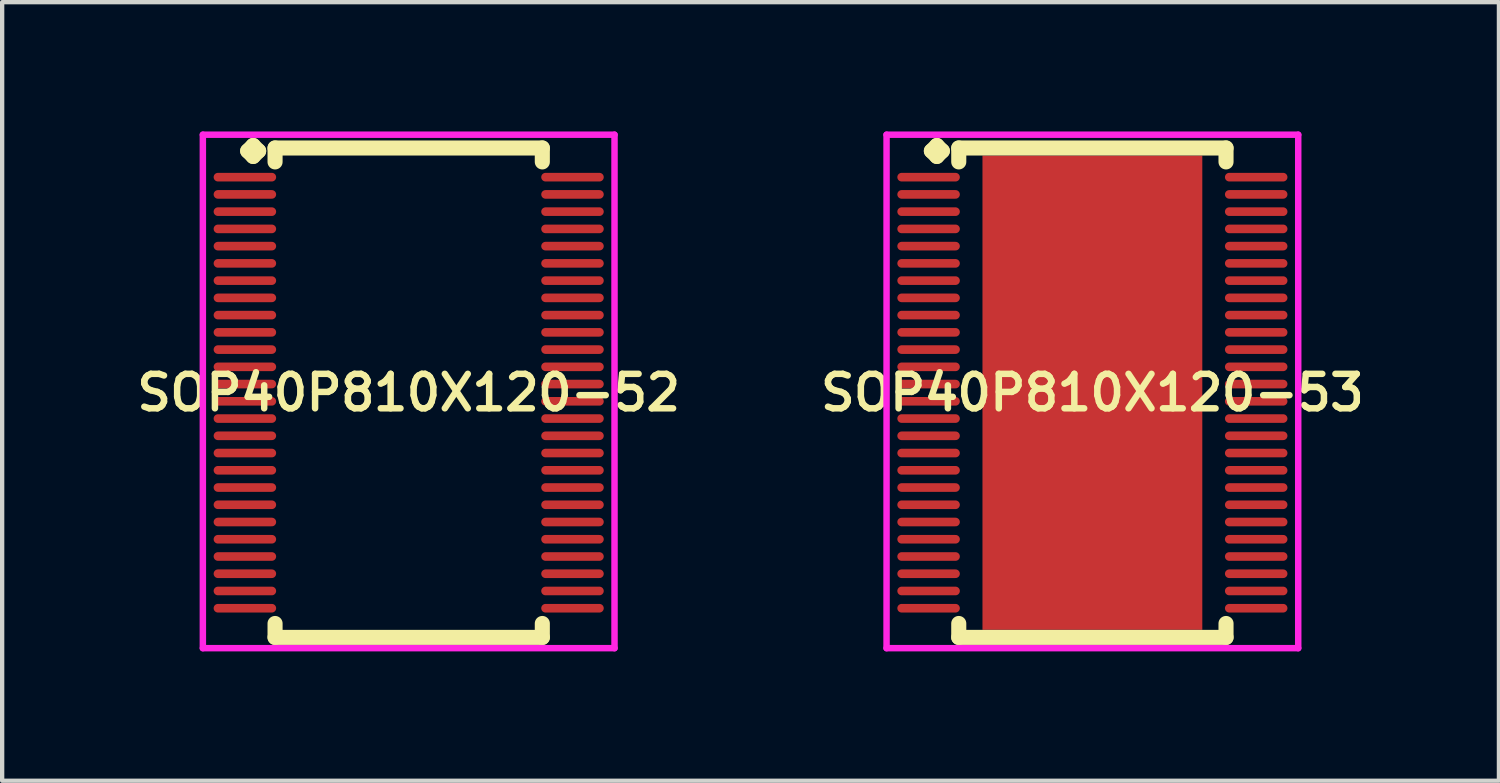
<source format=kicad_pcb>
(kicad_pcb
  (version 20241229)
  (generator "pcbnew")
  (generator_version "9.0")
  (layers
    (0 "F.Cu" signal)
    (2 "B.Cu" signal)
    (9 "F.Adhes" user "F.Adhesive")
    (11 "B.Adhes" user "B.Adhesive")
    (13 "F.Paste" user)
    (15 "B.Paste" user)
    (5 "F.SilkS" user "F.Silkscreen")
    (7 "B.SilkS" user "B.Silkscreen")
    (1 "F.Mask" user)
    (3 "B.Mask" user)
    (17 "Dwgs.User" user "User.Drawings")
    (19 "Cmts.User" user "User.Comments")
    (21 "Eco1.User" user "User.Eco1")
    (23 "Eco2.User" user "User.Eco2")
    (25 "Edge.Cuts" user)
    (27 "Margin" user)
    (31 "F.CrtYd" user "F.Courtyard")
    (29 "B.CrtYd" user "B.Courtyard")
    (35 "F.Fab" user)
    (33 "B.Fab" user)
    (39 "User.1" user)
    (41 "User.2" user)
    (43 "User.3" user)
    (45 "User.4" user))
  (footprint "SOP40P810X120-52"
    (layer "F.Cu")
    (at 6.431 6.06)
    (property "Reference" "SOP40P810X120-52" (at 0 0 0) (layer "F.SilkS") (effects (font (size 0.8 0.8) (thickness 0.15))))
    (attr smd)
    (fp_line (start -3.735 -5.608) (end -3.608 -5.735) (stroke (width 0.35) (type solid)) (layer "F.SilkS"))
    (fp_line (start -3.608 -5.735) (end -3.481 -5.608) (stroke (width 0.35) (type solid)) (layer "F.SilkS"))
    (fp_line (start -3.608 -5.481) (end -3.735 -5.608) (stroke (width 0.35) (type solid)) (layer "F.SilkS"))
    (fp_line (start -3.481 -5.608) (end -3.608 -5.481) (stroke (width 0.35) (type solid)) (layer "F.SilkS"))
    (fp_line (start -3.1 -5.677) (end 3.1 -5.677) (stroke (width 0.35) (type solid)) (layer "F.SilkS"))
    (fp_line (start -3.1 -5.354) (end -3.1 -5.677) (stroke (width 0.35) (type solid)) (layer "F.SilkS"))
    (fp_line (start -3.1 5.354) (end -3.1 5.677) (stroke (width 0.35) (type solid)) (layer "F.SilkS"))
    (fp_line (start -3.1 5.677) (end 3.1 5.677) (stroke (width 0.35) (type solid)) (layer "F.SilkS"))
    (fp_line (start 3.1 -5.677) (end 3.1 -5.354) (stroke (width 0.35) (type solid)) (layer "F.SilkS"))
    (fp_line (start 3.1 5.677) (end 3.1 5.354) (stroke (width 0.35) (type solid)) (layer "F.SilkS"))
    (fp_line (start -4.775 -5.985) (end 4.775 -5.985) (stroke (width 0.15) (type solid)) (layer "F.CrtYd"))
    (fp_line (start -4.775 5.927) (end -4.775 -5.985) (stroke (width 0.15) (type solid)) (layer "F.CrtYd"))
    (fp_line (start 4.775 -5.985) (end 4.775 5.927) (stroke (width 0.15) (type solid)) (layer "F.CrtYd"))
    (fp_line (start 4.775 5.927) (end -4.775 5.927) (stroke (width 0.15) (type solid)) (layer "F.CrtYd"))
    (pad "1" smd oval (at -3.8 -5) (size 1.45 0.2) (layers "F.Cu" "F.Mask" "F.Paste"))
    (pad "2" smd oval (at -3.8 -4.6) (size 1.45 0.2) (layers "F.Cu" "F.Mask" "F.Paste"))
    (pad "3" smd oval (at -3.8 -4.2) (size 1.45 0.2) (layers "F.Cu" "F.Mask" "F.Paste"))
    (pad "4" smd oval (at -3.8 -3.8) (size 1.45 0.2) (layers "F.Cu" "F.Mask" "F.Paste"))
    (pad "5" smd oval (at -3.8 -3.4) (size 1.45 0.2) (layers "F.Cu" "F.Mask" "F.Paste"))
    (pad "6" smd oval (at -3.8 -3) (size 1.45 0.2) (layers "F.Cu" "F.Mask" "F.Paste"))
    (pad "7" smd oval (at -3.8 -2.6) (size 1.45 0.2) (layers "F.Cu" "F.Mask" "F.Paste"))
    (pad "8" smd oval (at -3.8 -2.2) (size 1.45 0.2) (layers "F.Cu" "F.Mask" "F.Paste"))
    (pad "9" smd oval (at -3.8 -1.8) (size 1.45 0.2) (layers "F.Cu" "F.Mask" "F.Paste"))
    (pad "10" smd oval (at -3.8 -1.4) (size 1.45 0.2) (layers "F.Cu" "F.Mask" "F.Paste"))
    (pad "11" smd oval (at -3.8 -1) (size 1.45 0.2) (layers "F.Cu" "F.Mask" "F.Paste"))
    (pad "12" smd oval (at -3.8 -0.6) (size 1.45 0.2) (layers "F.Cu" "F.Mask" "F.Paste"))
    (pad "13" smd oval (at -3.8 -0.2) (size 1.45 0.2) (layers "F.Cu" "F.Mask" "F.Paste"))
    (pad "14" smd oval (at -3.8 0.2) (size 1.45 0.2) (layers "F.Cu" "F.Mask" "F.Paste"))
    (pad "15" smd oval (at -3.8 0.6) (size 1.45 0.2) (layers "F.Cu" "F.Mask" "F.Paste"))
    (pad "16" smd oval (at -3.8 1) (size 1.45 0.2) (layers "F.Cu" "F.Mask" "F.Paste"))
    (pad "17" smd oval (at -3.8 1.4) (size 1.45 0.2) (layers "F.Cu" "F.Mask" "F.Paste"))
    (pad "18" smd oval (at -3.8 1.8) (size 1.45 0.2) (layers "F.Cu" "F.Mask" "F.Paste"))
    (pad "19" smd oval (at -3.8 2.2) (size 1.45 0.2) (layers "F.Cu" "F.Mask" "F.Paste"))
    (pad "20" smd oval (at -3.8 2.6) (size 1.45 0.2) (layers "F.Cu" "F.Mask" "F.Paste"))
    (pad "21" smd oval (at -3.8 3) (size 1.45 0.2) (layers "F.Cu" "F.Mask" "F.Paste"))
    (pad "22" smd oval (at -3.8 3.4) (size 1.45 0.2) (layers "F.Cu" "F.Mask" "F.Paste"))
    (pad "23" smd oval (at -3.8 3.8) (size 1.45 0.2) (layers "F.Cu" "F.Mask" "F.Paste"))
    (pad "24" smd oval (at -3.8 4.2) (size 1.45 0.2) (layers "F.Cu" "F.Mask" "F.Paste"))
    (pad "25" smd oval (at -3.8 4.6) (size 1.45 0.2) (layers "F.Cu" "F.Mask" "F.Paste"))
    (pad "26" smd oval (at -3.8 5) (size 1.45 0.2) (layers "F.Cu" "F.Mask" "F.Paste"))
    (pad "27" smd oval (at 3.8 5) (size 1.45 0.2) (layers "F.Cu" "F.Mask" "F.Paste"))
    (pad "28" smd oval (at 3.8 4.6) (size 1.45 0.2) (layers "F.Cu" "F.Mask" "F.Paste"))
    (pad "29" smd oval (at 3.8 4.2) (size 1.45 0.2) (layers "F.Cu" "F.Mask" "F.Paste"))
    (pad "30" smd oval (at 3.8 3.8) (size 1.45 0.2) (layers "F.Cu" "F.Mask" "F.Paste"))
    (pad "31" smd oval (at 3.8 3.4) (size 1.45 0.2) (layers "F.Cu" "F.Mask" "F.Paste"))
    (pad "32" smd oval (at 3.8 3) (size 1.45 0.2) (layers "F.Cu" "F.Mask" "F.Paste"))
    (pad "33" smd oval (at 3.8 2.6) (size 1.45 0.2) (layers "F.Cu" "F.Mask" "F.Paste"))
    (pad "34" smd oval (at 3.8 2.2) (size 1.45 0.2) (layers "F.Cu" "F.Mask" "F.Paste"))
    (pad "35" smd oval (at 3.8 1.8) (size 1.45 0.2) (layers "F.Cu" "F.Mask" "F.Paste"))
    (pad "36" smd oval (at 3.8 1.4) (size 1.45 0.2) (layers "F.Cu" "F.Mask" "F.Paste"))
    (pad "37" smd oval (at 3.8 1) (size 1.45 0.2) (layers "F.Cu" "F.Mask" "F.Paste"))
    (pad "38" smd oval (at 3.8 0.6) (size 1.45 0.2) (layers "F.Cu" "F.Mask" "F.Paste"))
    (pad "39" smd oval (at 3.8 0.2) (size 1.45 0.2) (layers "F.Cu" "F.Mask" "F.Paste"))
    (pad "40" smd oval (at 3.8 -0.2) (size 1.45 0.2) (layers "F.Cu" "F.Mask" "F.Paste"))
    (pad "41" smd oval (at 3.8 -0.6) (size 1.45 0.2) (layers "F.Cu" "F.Mask" "F.Paste"))
    (pad "42" smd oval (at 3.8 -1) (size 1.45 0.2) (layers "F.Cu" "F.Mask" "F.Paste"))
    (pad "43" smd oval (at 3.8 -1.4) (size 1.45 0.2) (layers "F.Cu" "F.Mask" "F.Paste"))
    (pad "44" smd oval (at 3.8 -1.8) (size 1.45 0.2) (layers "F.Cu" "F.Mask" "F.Paste"))
    (pad "45" smd oval (at 3.8 -2.2) (size 1.45 0.2) (layers "F.Cu" "F.Mask" "F.Paste"))
    (pad "46" smd oval (at 3.8 -2.6) (size 1.45 0.2) (layers "F.Cu" "F.Mask" "F.Paste"))
    (pad "47" smd oval (at 3.8 -3) (size 1.45 0.2) (layers "F.Cu" "F.Mask" "F.Paste"))
    (pad "48" smd oval (at 3.8 -3.4) (size 1.45 0.2) (layers "F.Cu" "F.Mask" "F.Paste"))
    (pad "49" smd oval (at 3.8 -3.8) (size 1.45 0.2) (layers "F.Cu" "F.Mask" "F.Paste"))
    (pad "50" smd oval (at 3.8 -4.2) (size 1.45 0.2) (layers "F.Cu" "F.Mask" "F.Paste"))
    (pad "51" smd oval (at 3.8 -4.6) (size 1.45 0.2) (layers "F.Cu" "F.Mask" "F.Paste"))
    (pad "52" smd oval (at 3.8 -5) (size 1.45 0.2) (layers "F.Cu" "F.Mask" "F.Paste")))
  (footprint "SOP40P810X120-53"
    (layer "F.Cu")
    (at 22.292 6.06)
    (property "Reference" "SOP40P810X120-53" (at 0 0 0) (layer "F.SilkS") (effects (font (size 0.8 0.8) (thickness 0.15))))
    (attr smd)
    (fp_line (start -3.735 -5.608) (end -3.608 -5.735) (stroke (width 0.35) (type solid)) (layer "F.SilkS"))
    (fp_line (start -3.608 -5.735) (end -3.481 -5.608) (stroke (width 0.35) (type solid)) (layer "F.SilkS"))
    (fp_line (start -3.608 -5.481) (end -3.735 -5.608) (stroke (width 0.35) (type solid)) (layer "F.SilkS"))
    (fp_line (start -3.481 -5.608) (end -3.608 -5.481) (stroke (width 0.35) (type solid)) (layer "F.SilkS"))
    (fp_line (start -3.1 -5.677) (end 3.1 -5.677) (stroke (width 0.35) (type solid)) (layer "F.SilkS"))
    (fp_line (start -3.1 -5.354) (end -3.1 -5.677) (stroke (width 0.35) (type solid)) (layer "F.SilkS"))
    (fp_line (start -3.1 5.354) (end -3.1 5.677) (stroke (width 0.35) (type solid)) (layer "F.SilkS"))
    (fp_line (start -3.1 5.677) (end 3.1 5.677) (stroke (width 0.35) (type solid)) (layer "F.SilkS"))
    (fp_line (start 3.1 -5.677) (end 3.1 -5.354) (stroke (width 0.35) (type solid)) (layer "F.SilkS"))
    (fp_line (start 3.1 5.677) (end 3.1 5.354) (stroke (width 0.35) (type solid)) (layer "F.SilkS"))
    (fp_line (start -4.775 -5.985) (end 4.775 -5.985) (stroke (width 0.15) (type solid)) (layer "F.CrtYd"))
    (fp_line (start -4.775 5.927) (end -4.775 -5.985) (stroke (width 0.15) (type solid)) (layer "F.CrtYd"))
    (fp_line (start 4.775 -5.985) (end 4.775 5.927) (stroke (width 0.15) (type solid)) (layer "F.CrtYd"))
    (fp_line (start 4.775 5.927) (end -4.775 5.927) (stroke (width 0.15) (type solid)) (layer "F.CrtYd"))
    (pad "1" smd oval (at -3.8 -5) (size 1.45 0.2) (layers "F.Cu" "F.Mask" "F.Paste"))
    (pad "2" smd oval (at -3.8 -4.6) (size 1.45 0.2) (layers "F.Cu" "F.Mask" "F.Paste"))
    (pad "3" smd oval (at -3.8 -4.2) (size 1.45 0.2) (layers "F.Cu" "F.Mask" "F.Paste"))
    (pad "4" smd oval (at -3.8 -3.8) (size 1.45 0.2) (layers "F.Cu" "F.Mask" "F.Paste"))
    (pad "5" smd oval (at -3.8 -3.4) (size 1.45 0.2) (layers "F.Cu" "F.Mask" "F.Paste"))
    (pad "6" smd oval (at -3.8 -3) (size 1.45 0.2) (layers "F.Cu" "F.Mask" "F.Paste"))
    (pad "7" smd oval (at -3.8 -2.6) (size 1.45 0.2) (layers "F.Cu" "F.Mask" "F.Paste"))
    (pad "8" smd oval (at -3.8 -2.2) (size 1.45 0.2) (layers "F.Cu" "F.Mask" "F.Paste"))
    (pad "9" smd oval (at -3.8 -1.8) (size 1.45 0.2) (layers "F.Cu" "F.Mask" "F.Paste"))
    (pad "10" smd oval (at -3.8 -1.4) (size 1.45 0.2) (layers "F.Cu" "F.Mask" "F.Paste"))
    (pad "11" smd oval (at -3.8 -1) (size 1.45 0.2) (layers "F.Cu" "F.Mask" "F.Paste"))
    (pad "12" smd oval (at -3.8 -0.6) (size 1.45 0.2) (layers "F.Cu" "F.Mask" "F.Paste"))
    (pad "13" smd oval (at -3.8 -0.2) (size 1.45 0.2) (layers "F.Cu" "F.Mask" "F.Paste"))
    (pad "14" smd oval (at -3.8 0.2) (size 1.45 0.2) (layers "F.Cu" "F.Mask" "F.Paste"))
    (pad "15" smd oval (at -3.8 0.6) (size 1.45 0.2) (layers "F.Cu" "F.Mask" "F.Paste"))
    (pad "16" smd oval (at -3.8 1) (size 1.45 0.2) (layers "F.Cu" "F.Mask" "F.Paste"))
    (pad "17" smd oval (at -3.8 1.4) (size 1.45 0.2) (layers "F.Cu" "F.Mask" "F.Paste"))
    (pad "18" smd oval (at -3.8 1.8) (size 1.45 0.2) (layers "F.Cu" "F.Mask" "F.Paste"))
    (pad "19" smd oval (at -3.8 2.2) (size 1.45 0.2) (layers "F.Cu" "F.Mask" "F.Paste"))
    (pad "20" smd oval (at -3.8 2.6) (size 1.45 0.2) (layers "F.Cu" "F.Mask" "F.Paste"))
    (pad "21" smd oval (at -3.8 3) (size 1.45 0.2) (layers "F.Cu" "F.Mask" "F.Paste"))
    (pad "22" smd oval (at -3.8 3.4) (size 1.45 0.2) (layers "F.Cu" "F.Mask" "F.Paste"))
    (pad "23" smd oval (at -3.8 3.8) (size 1.45 0.2) (layers "F.Cu" "F.Mask" "F.Paste"))
    (pad "24" smd oval (at -3.8 4.2) (size 1.45 0.2) (layers "F.Cu" "F.Mask" "F.Paste"))
    (pad "25" smd oval (at -3.8 4.6) (size 1.45 0.2) (layers "F.Cu" "F.Mask" "F.Paste"))
    (pad "26" smd oval (at -3.8 5) (size 1.45 0.2) (layers "F.Cu" "F.Mask" "F.Paste"))
    (pad "27" smd oval (at 3.8 5) (size 1.45 0.2) (layers "F.Cu" "F.Mask" "F.Paste"))
    (pad "28" smd oval (at 3.8 4.6) (size 1.45 0.2) (layers "F.Cu" "F.Mask" "F.Paste"))
    (pad "29" smd oval (at 3.8 4.2) (size 1.45 0.2) (layers "F.Cu" "F.Mask" "F.Paste"))
    (pad "30" smd oval (at 3.8 3.8) (size 1.45 0.2) (layers "F.Cu" "F.Mask" "F.Paste"))
    (pad "31" smd oval (at 3.8 3.4) (size 1.45 0.2) (layers "F.Cu" "F.Mask" "F.Paste"))
    (pad "32" smd oval (at 3.8 3) (size 1.45 0.2) (layers "F.Cu" "F.Mask" "F.Paste"))
    (pad "33" smd oval (at 3.8 2.6) (size 1.45 0.2) (layers "F.Cu" "F.Mask" "F.Paste"))
    (pad "34" smd oval (at 3.8 2.2) (size 1.45 0.2) (layers "F.Cu" "F.Mask" "F.Paste"))
    (pad "35" smd oval (at 3.8 1.8) (size 1.45 0.2) (layers "F.Cu" "F.Mask" "F.Paste"))
    (pad "36" smd oval (at 3.8 1.4) (size 1.45 0.2) (layers "F.Cu" "F.Mask" "F.Paste"))
    (pad "37" smd oval (at 3.8 1) (size 1.45 0.2) (layers "F.Cu" "F.Mask" "F.Paste"))
    (pad "38" smd oval (at 3.8 0.6) (size 1.45 0.2) (layers "F.Cu" "F.Mask" "F.Paste"))
    (pad "39" smd oval (at 3.8 0.2) (size 1.45 0.2) (layers "F.Cu" "F.Mask" "F.Paste"))
    (pad "40" smd oval (at 3.8 -0.2) (size 1.45 0.2) (layers "F.Cu" "F.Mask" "F.Paste"))
    (pad "41" smd oval (at 3.8 -0.6) (size 1.45 0.2) (layers "F.Cu" "F.Mask" "F.Paste"))
    (pad "42" smd oval (at 3.8 -1) (size 1.45 0.2) (layers "F.Cu" "F.Mask" "F.Paste"))
    (pad "43" smd oval (at 3.8 -1.4) (size 1.45 0.2) (layers "F.Cu" "F.Mask" "F.Paste"))
    (pad "44" smd oval (at 3.8 -1.8) (size 1.45 0.2) (layers "F.Cu" "F.Mask" "F.Paste"))
    (pad "45" smd oval (at 3.8 -2.2) (size 1.45 0.2) (layers "F.Cu" "F.Mask" "F.Paste"))
    (pad "46" smd oval (at 3.8 -2.6) (size 1.45 0.2) (layers "F.Cu" "F.Mask" "F.Paste"))
    (pad "47" smd oval (at 3.8 -3) (size 1.45 0.2) (layers "F.Cu" "F.Mask" "F.Paste"))
    (pad "48" smd oval (at 3.8 -3.4) (size 1.45 0.2) (layers "F.Cu" "F.Mask" "F.Paste"))
    (pad "49" smd oval (at 3.8 -3.8) (size 1.45 0.2) (layers "F.Cu" "F.Mask" "F.Paste"))
    (pad "50" smd oval (at 3.8 -4.2) (size 1.45 0.2) (layers "F.Cu" "F.Mask" "F.Paste"))
    (pad "51" smd oval (at 3.8 -4.6) (size 1.45 0.2) (layers "F.Cu" "F.Mask" "F.Paste"))
    (pad "52" smd oval (at 3.8 -5) (size 1.45 0.2) (layers "F.Cu" "F.Mask" "F.Paste"))
    (pad "53" smd rect (at 0 0) (size 5.1 11) (layers "F.Cu" "F.Mask" "F.Paste")))
  (gr_rect
    (start -3 -3)
    (end 31.723 15.062)
    (stroke (width 0.1) (type default))
    (fill no)
    (layer "Edge.Cuts")))
</source>
